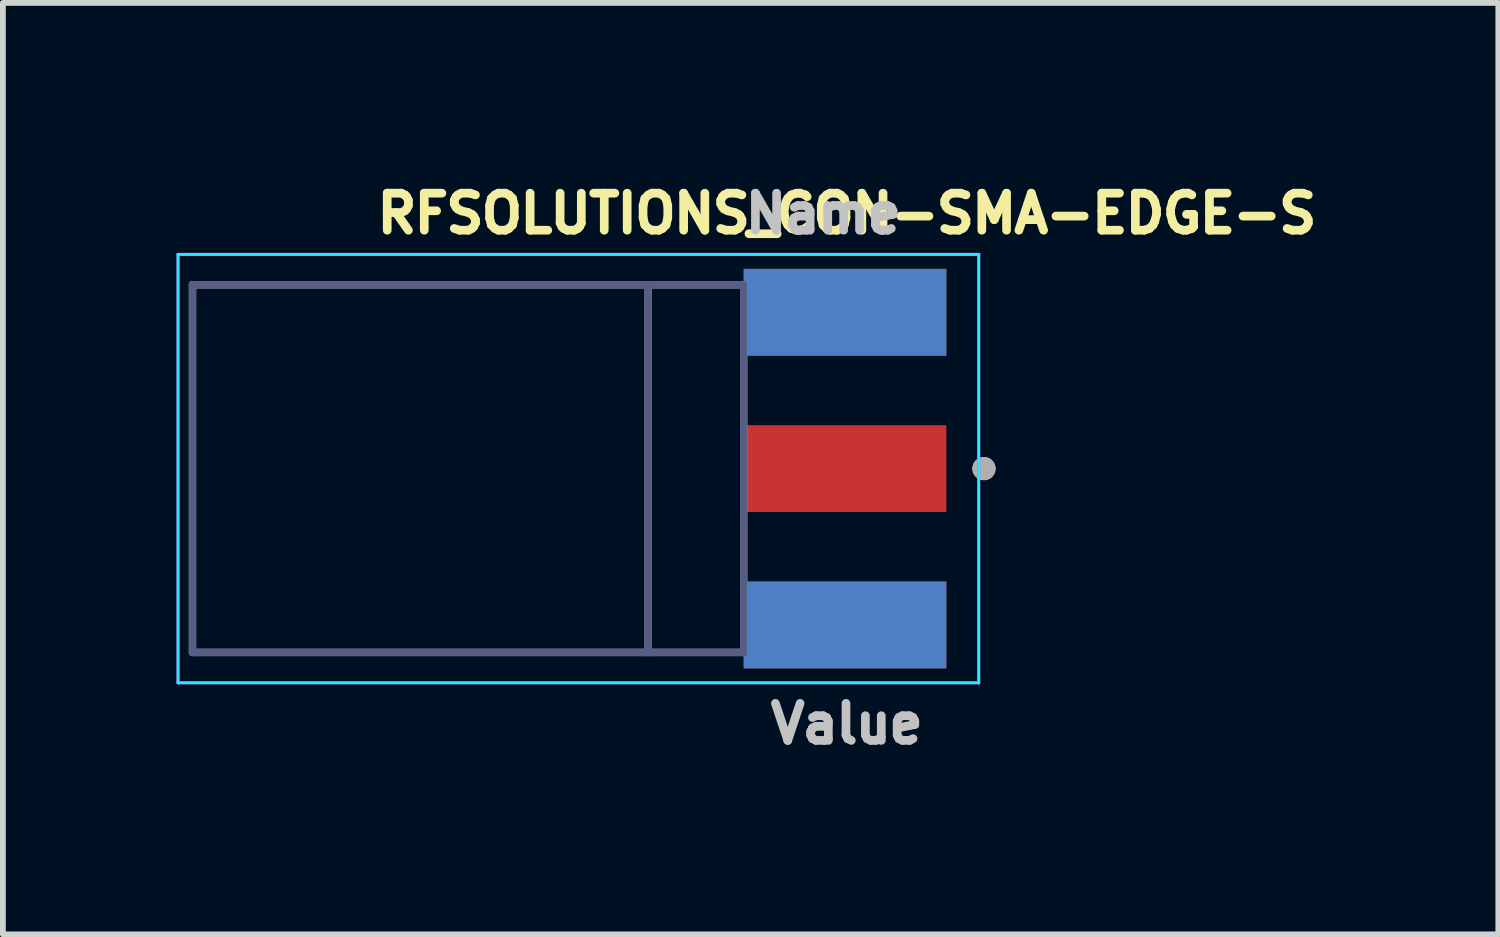
<source format=kicad_pcb>
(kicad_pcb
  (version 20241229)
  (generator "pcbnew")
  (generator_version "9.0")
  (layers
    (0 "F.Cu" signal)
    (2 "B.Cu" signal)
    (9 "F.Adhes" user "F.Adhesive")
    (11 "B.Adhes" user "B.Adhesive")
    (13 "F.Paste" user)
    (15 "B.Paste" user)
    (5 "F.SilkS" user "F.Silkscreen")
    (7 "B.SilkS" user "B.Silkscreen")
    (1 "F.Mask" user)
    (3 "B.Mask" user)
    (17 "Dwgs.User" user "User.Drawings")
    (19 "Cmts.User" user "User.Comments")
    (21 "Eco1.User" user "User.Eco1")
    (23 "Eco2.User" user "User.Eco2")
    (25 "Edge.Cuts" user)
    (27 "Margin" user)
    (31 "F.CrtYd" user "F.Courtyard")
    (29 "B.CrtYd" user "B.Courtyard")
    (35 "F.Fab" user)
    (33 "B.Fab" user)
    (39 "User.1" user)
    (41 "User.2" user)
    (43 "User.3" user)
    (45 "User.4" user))
  (footprint "RFSOLUTIONS_CON-SMA-EDGE-S"
    (layer "F.Cu")
    (at 11.545 5.044)
    (property "Reference" "RFSOLUTIONS_CON-SMA-EDGE-S" (at 0.032 -4.406 0) (layer "F.SilkS") (effects (font (size 0.64 0.64) (thickness 0.15))))
    (attr through_hole)
    (fp_circle (center 2.4 0) (end 2.5 0) (stroke (width 0.2) (type solid)) (fill no) (layer "F.SilkS"))
    (fp_line (start -11.52 -3.7) (end -11.52 3.7) (stroke (width 0.05) (type solid)) (layer "B.CrtYd"))
    (fp_line (start -11.52 3.7) (end 2.31 3.7) (stroke (width 0.05) (type solid)) (layer "B.CrtYd"))
    (fp_line (start 2.31 -3.7) (end -11.52 -3.7) (stroke (width 0.05) (type solid)) (layer "B.CrtYd"))
    (fp_line (start 2.31 3.7) (end 2.31 -3.7) (stroke (width 0.05) (type solid)) (layer "B.CrtYd"))
    (fp_line (start -11.52 -3.7) (end 2.31 -3.7) (stroke (width 0.05) (type solid)) (layer "F.CrtYd"))
    (fp_line (start -11.52 3.7) (end -11.52 -3.7) (stroke (width 0.05) (type solid)) (layer "F.CrtYd"))
    (fp_line (start 2.31 -3.7) (end 2.31 3.7) (stroke (width 0.05) (type solid)) (layer "F.CrtYd"))
    (fp_line (start 2.31 3.7) (end -11.52 3.7) (stroke (width 0.05) (type solid)) (layer "F.CrtYd"))
    (fp_line (start -11.27 -3.175) (end -3.4 -3.175) (stroke (width 0.127) (type solid)) (layer "B.Fab"))
    (fp_line (start -11.27 3.175) (end -11.27 -3.175) (stroke (width 0.127) (type solid)) (layer "B.Fab"))
    (fp_line (start -3.4 -3.175) (end -3.4 3.175) (stroke (width 0.127) (type solid)) (layer "B.Fab"))
    (fp_line (start -3.4 3.175) (end -11.27 3.175) (stroke (width 0.127) (type solid)) (layer "B.Fab"))
    (fp_line (start -3.4 3.175) (end -1.75 3.175) (stroke (width 0.127) (type solid)) (layer "B.Fab"))
    (fp_line (start -1.75 -3.175) (end -3.4 -3.175) (stroke (width 0.127) (type solid)) (layer "B.Fab"))
    (fp_line (start -1.75 3.175) (end -1.75 -3.175) (stroke (width 0.127) (type solid)) (layer "B.Fab"))
    (fp_line (start -11.27 -3.175) (end -11.27 3.175) (stroke (width 0.127) (type solid)) (layer "F.Fab"))
    (fp_line (start -11.27 3.175) (end -3.4 3.175) (stroke (width 0.127) (type solid)) (layer "F.Fab"))
    (fp_line (start -3.4 -3.175) (end -11.27 -3.175) (stroke (width 0.127) (type solid)) (layer "F.Fab"))
    (fp_line (start -3.4 -3.175) (end -1.75 -3.175) (stroke (width 0.127) (type solid)) (layer "F.Fab"))
    (fp_line (start -3.4 3.175) (end -3.4 -3.175) (stroke (width 0.127) (type solid)) (layer "F.Fab"))
    (fp_line (start -1.75 -3.175) (end -1.75 3.175) (stroke (width 0.127) (type solid)) (layer "F.Fab"))
    (fp_line (start -1.75 3.175) (end -3.4 3.175) (stroke (width 0.127) (type solid)) (layer "F.Fab"))
    (fp_circle (center 2.4 0) (end 2.5 0) (stroke (width 0.2) (type solid)) (fill no) (layer "F.Fab"))
    (fp_text user "Value" (at 0.032 4.406 0) (layer "Dwgs.User") (effects (font (size 0.64 0.64) (thickness 0.15))))
    (fp_text user "Name" (at -0.374 -4.406 0) (layer "Dwgs.User") (effects (font (size 0.64 0.64) (thickness 0.15))))
    (pad "1" smd rect (at 0 0) (size 3.5 1.5) (layers "F.Cu" "F.Mask" "F.Paste"))
    (pad "G1" smd rect (at 0 -2.7) (size 3.5 1.5) (layers "F.Cu" "F.Mask" "F.Paste"))
    (pad "G2" smd rect (at 0 2.7) (size 3.5 1.5) (layers "F.Cu" "F.Mask" "F.Paste"))
    (pad "G3" smd rect (at 0 -2.7) (size 3.5 1.5) (layers "B.Cu" "B.Mask" "B.Paste"))
    (pad "G4" smd rect (at 0 2.7) (size 3.5 1.5) (layers "B.Cu" "B.Mask" "B.Paste")))
  (gr_rect
    (start -3 -3)
    (end 22.829 13.088)
    (stroke (width 0.1) (type default))
    (fill no)
    (layer "Edge.Cuts")))
</source>
